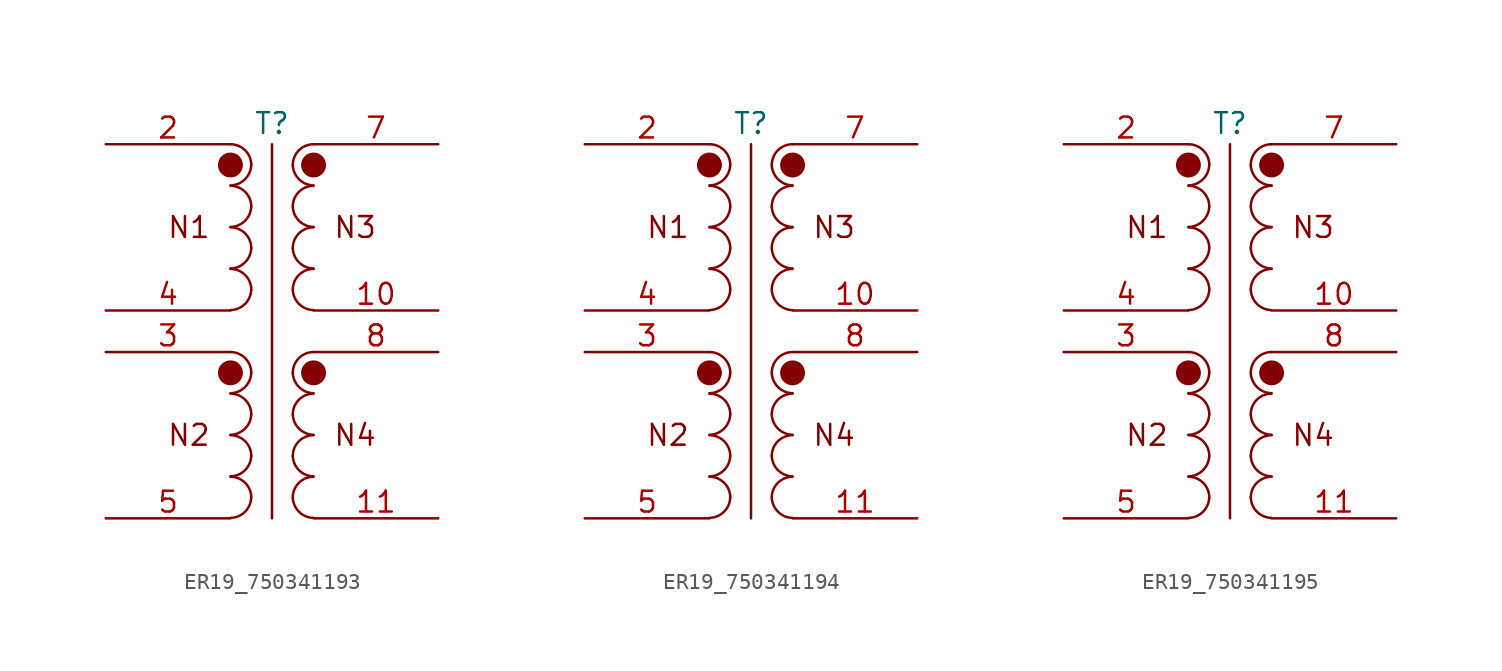
<source format=kicad_sym>
(kicad_symbol_lib
  (version 20220914)
  (generator kicad_symbol_editor)
  (symbol "ER19_750341193"
    (pin_names hide)
    (property "Reference" "T"
      (at 0 12.7 0)
      (effects (font (size 1.27 1.27))))
    (property "Critical Parameter" ""
      (at 0 -5.08 0)
      (effects (font (size 1.27 1.27))))
    (symbol "ER19_750341193_0_1"
      (arc (start -2.54 -11.4046) (mid -1.6561 -11.0363) (end -1.27 -10.16) (stroke (width 0) (type default)) (fill (type none)))
      (arc (start -2.54 -8.8646) (mid -1.6561 -8.4963) (end -1.27 -7.62) (stroke (width 0) (type default)) (fill (type none)))
      (arc (start -2.54 -6.3246) (mid -1.6561 -5.9563) (end -1.27 -5.08) (stroke (width 0) (type default)) (fill (type none)))
      (arc (start -2.54 -3.7846) (mid -1.6561 -3.4163) (end -1.27 -2.54) (stroke (width 0) (type default)) (fill (type none)))
      (arc (start -2.54 1.2954) (mid -1.6561 1.6637) (end -1.27 2.54) (stroke (width 0) (type default)) (fill (type none)))
      (arc (start -2.54 3.8354) (mid -1.6561 4.2037) (end -1.27 5.08) (stroke (width 0) (type default)) (fill (type none)))
      (arc (start -2.54 6.3754) (mid -1.6561 6.7437) (end -1.27 7.62) (stroke (width 0) (type default)) (fill (type none)))
      (arc (start -2.54 8.9154) (mid -1.6561 9.2837) (end -1.27 10.16) (stroke (width 0) (type default)) (fill (type none)))
      (arc (start -1.27 -10.16) (mid -1.642 -9.262) (end -2.54 -8.89) (stroke (width 0) (type default)) (fill (type none)))
      (arc (start -1.27 -7.62) (mid -1.642 -6.722) (end -2.54 -6.35) (stroke (width 0) (type default)) (fill (type none)))
      (arc (start -1.27 -5.08) (mid -1.642 -4.182) (end -2.54 -3.81) (stroke (width 0) (type default)) (fill (type none)))
      (arc (start -1.27 -2.54) (mid -1.642 -1.642) (end -2.54 -1.27) (stroke (width 0) (type default)) (fill (type none)))
      (arc (start -1.27 2.54) (mid -1.642 3.438) (end -2.54 3.81) (stroke (width 0) (type default)) (fill (type none)))
      (arc (start -1.27 5.08) (mid -1.642 5.978) (end -2.54 6.35) (stroke (width 0) (type default)) (fill (type none)))
      (arc (start -1.27 7.62) (mid -1.642 8.518) (end -2.54 8.89) (stroke (width 0) (type default)) (fill (type none)))
      (arc (start -1.27 10.16) (mid -1.642 11.058) (end -2.54 11.43) (stroke (width 0) (type default)) (fill (type none)))
      (polyline (pts (xy 0 -11.43) (xy 0 11.43)) (stroke (width 0) (type default)) (fill (type none)))
      (arc (start 1.27 -10.16) (mid 1.6561 -11.0363) (end 2.54 -11.4046) (stroke (width 0) (type default)) (fill (type none)))
      (arc (start 1.27 -7.62) (mid 1.6561 -8.4963) (end 2.54 -8.8646) (stroke (width 0) (type default)) (fill (type none)))
      (arc (start 1.27 -5.08) (mid 1.6561 -5.9563) (end 2.54 -6.3246) (stroke (width 0) (type default)) (fill (type none)))
      (arc (start 1.27 -2.54) (mid 1.6561 -3.4163) (end 2.54 -3.7846) (stroke (width 0) (type default)) (fill (type none)))
      (arc (start 1.27 2.54) (mid 1.6561 1.6637) (end 2.54 1.2954) (stroke (width 0) (type default)) (fill (type none)))
      (arc (start 1.27 5.08) (mid 1.6561 4.2037) (end 2.54 3.8354) (stroke (width 0) (type default)) (fill (type none)))
      (arc (start 1.27 7.62) (mid 1.6561 6.7437) (end 2.54 6.3754) (stroke (width 0) (type default)) (fill (type none)))
      (arc (start 1.27 10.16) (mid 1.6561 9.2837) (end 2.54 8.9154) (stroke (width 0) (type default)) (fill (type none)))
      (arc (start 2.54 -8.89) (mid 1.642 -9.262) (end 1.27 -10.16) (stroke (width 0) (type default)) (fill (type none)))
      (arc (start 2.54 -6.35) (mid 1.642 -6.722) (end 1.27 -7.62) (stroke (width 0) (type default)) (fill (type none)))
      (arc (start 2.54 -3.81) (mid 1.642 -4.182) (end 1.27 -5.08) (stroke (width 0) (type default)) (fill (type none)))
      (arc (start 2.54 -1.27) (mid 1.642 -1.642) (end 1.27 -2.54) (stroke (width 0) (type default)) (fill (type none)))
      (arc (start 2.54 3.81) (mid 1.642 3.438) (end 1.27 2.54) (stroke (width 0) (type default)) (fill (type none)))
      (arc (start 2.54 6.35) (mid 1.642 5.978) (end 1.27 5.08) (stroke (width 0) (type default)) (fill (type none)))
      (arc (start 2.54 8.89) (mid 1.642 8.518) (end 1.27 7.62) (stroke (width 0) (type default)) (fill (type none)))
      (arc (start 2.54 11.43) (mid 1.642 11.058) (end 1.27 10.16) (stroke (width 0) (type default)) (fill (type none))))
    (symbol "ER19_750341193_1_1"
      (circle (center -2.54 -2.54) (radius 0.0001) (stroke (width 0.762) (type default)) (fill (type none)))
      (circle (center -2.54 10.16) (radius 0.0001) (stroke (width 0.762) (type default)) (fill (type none)))
      (circle (center 2.54 -2.54) (radius 0.0001) (stroke (width 0.762) (type default)) (fill (type none)))
      (circle (center 2.54 10.16) (radius 0.0001) (stroke (width 0.762) (type default)) (fill (type none)))
      (text "N1" (at -5.08 6.35 0) (effects (font (size 1.27 1.27))))
      (text "N2" (at -5.08 -6.35 0) (effects (font (size 1.27 1.27))))
      (text "N3" (at 5.08 6.35 0) (effects (font (size 1.27 1.27))))
      (text "N4" (at 5.08 -6.35 0) (effects (font (size 1.27 1.27))))
      (pin passive line (at 10.16 1.27 180) (length 7.62) (name "10" (effects (font (size 1.27 1.27)))) (number "10" (effects (font (size 1.27 1.27)))))
      (pin passive line (at 10.16 -11.43 180) (length 7.62) (name "11" (effects (font (size 1.27 1.27)))) (number "11" (effects (font (size 1.27 1.27)))))
      (pin passive line (at -10.16 11.43 0) (length 7.62) (name "2" (effects (font (size 1.27 1.27)))) (number "2" (effects (font (size 1.27 1.27)))))
      (pin passive line (at -10.16 -1.27 0) (length 7.62) (name "3" (effects (font (size 1.27 1.27)))) (number "3" (effects (font (size 1.27 1.27)))))
      (pin passive line (at -10.16 1.27 0) (length 7.62) (name "4" (effects (font (size 1.27 1.27)))) (number "4" (effects (font (size 1.27 1.27)))))
      (pin passive line (at -10.16 -11.43 0) (length 7.62) (name "5" (effects (font (size 1.27 1.27)))) (number "5" (effects (font (size 1.27 1.27)))))
      (pin passive line (at 10.16 11.43 180) (length 7.62) (name "7" (effects (font (size 1.27 1.27)))) (number "7" (effects (font (size 1.27 1.27)))))
      (pin passive line (at 10.16 -1.27 180) (length 7.62) (name "8" (effects (font (size 1.27 1.27)))) (number "8" (effects (font (size 1.27 1.27)))))))
  (symbol "ER19_750341194"
    (pin_names hide)
    (property "Reference" "T"
      (at 0 12.7 0)
      (effects (font (size 1.27 1.27))))
    (property "Critical Parameter" ""
      (at 0 -5.08 0)
      (effects (font (size 1.27 1.27))))
    (symbol "ER19_750341194_0_1"
      (arc (start -2.54 -11.4046) (mid -1.6561 -11.0363) (end -1.27 -10.16) (stroke (width 0) (type default)) (fill (type none)))
      (arc (start -2.54 -8.8646) (mid -1.6561 -8.4963) (end -1.27 -7.62) (stroke (width 0) (type default)) (fill (type none)))
      (arc (start -2.54 -6.3246) (mid -1.6561 -5.9563) (end -1.27 -5.08) (stroke (width 0) (type default)) (fill (type none)))
      (arc (start -2.54 -3.7846) (mid -1.6561 -3.4163) (end -1.27 -2.54) (stroke (width 0) (type default)) (fill (type none)))
      (arc (start -2.54 1.2954) (mid -1.6561 1.6637) (end -1.27 2.54) (stroke (width 0) (type default)) (fill (type none)))
      (arc (start -2.54 3.8354) (mid -1.6561 4.2037) (end -1.27 5.08) (stroke (width 0) (type default)) (fill (type none)))
      (arc (start -2.54 6.3754) (mid -1.6561 6.7437) (end -1.27 7.62) (stroke (width 0) (type default)) (fill (type none)))
      (arc (start -2.54 8.9154) (mid -1.6561 9.2837) (end -1.27 10.16) (stroke (width 0) (type default)) (fill (type none)))
      (arc (start -1.27 -10.16) (mid -1.642 -9.262) (end -2.54 -8.89) (stroke (width 0) (type default)) (fill (type none)))
      (arc (start -1.27 -7.62) (mid -1.642 -6.722) (end -2.54 -6.35) (stroke (width 0) (type default)) (fill (type none)))
      (arc (start -1.27 -5.08) (mid -1.642 -4.182) (end -2.54 -3.81) (stroke (width 0) (type default)) (fill (type none)))
      (arc (start -1.27 -2.54) (mid -1.642 -1.642) (end -2.54 -1.27) (stroke (width 0) (type default)) (fill (type none)))
      (arc (start -1.27 2.54) (mid -1.642 3.438) (end -2.54 3.81) (stroke (width 0) (type default)) (fill (type none)))
      (arc (start -1.27 5.08) (mid -1.642 5.978) (end -2.54 6.35) (stroke (width 0) (type default)) (fill (type none)))
      (arc (start -1.27 7.62) (mid -1.642 8.518) (end -2.54 8.89) (stroke (width 0) (type default)) (fill (type none)))
      (arc (start -1.27 10.16) (mid -1.642 11.058) (end -2.54 11.43) (stroke (width 0) (type default)) (fill (type none)))
      (polyline (pts (xy 0 -11.43) (xy 0 11.43)) (stroke (width 0) (type default)) (fill (type none)))
      (arc (start 1.27 -10.16) (mid 1.6561 -11.0363) (end 2.54 -11.4046) (stroke (width 0) (type default)) (fill (type none)))
      (arc (start 1.27 -7.62) (mid 1.6561 -8.4963) (end 2.54 -8.8646) (stroke (width 0) (type default)) (fill (type none)))
      (arc (start 1.27 -5.08) (mid 1.6561 -5.9563) (end 2.54 -6.3246) (stroke (width 0) (type default)) (fill (type none)))
      (arc (start 1.27 -2.54) (mid 1.6561 -3.4163) (end 2.54 -3.7846) (stroke (width 0) (type default)) (fill (type none)))
      (arc (start 1.27 2.54) (mid 1.6561 1.6637) (end 2.54 1.2954) (stroke (width 0) (type default)) (fill (type none)))
      (arc (start 1.27 5.08) (mid 1.6561 4.2037) (end 2.54 3.8354) (stroke (width 0) (type default)) (fill (type none)))
      (arc (start 1.27 7.62) (mid 1.6561 6.7437) (end 2.54 6.3754) (stroke (width 0) (type default)) (fill (type none)))
      (arc (start 1.27 10.16) (mid 1.6561 9.2837) (end 2.54 8.9154) (stroke (width 0) (type default)) (fill (type none)))
      (arc (start 2.54 -8.89) (mid 1.642 -9.262) (end 1.27 -10.16) (stroke (width 0) (type default)) (fill (type none)))
      (arc (start 2.54 -6.35) (mid 1.642 -6.722) (end 1.27 -7.62) (stroke (width 0) (type default)) (fill (type none)))
      (arc (start 2.54 -3.81) (mid 1.642 -4.182) (end 1.27 -5.08) (stroke (width 0) (type default)) (fill (type none)))
      (arc (start 2.54 -1.27) (mid 1.642 -1.642) (end 1.27 -2.54) (stroke (width 0) (type default)) (fill (type none)))
      (arc (start 2.54 3.81) (mid 1.642 3.438) (end 1.27 2.54) (stroke (width 0) (type default)) (fill (type none)))
      (arc (start 2.54 6.35) (mid 1.642 5.978) (end 1.27 5.08) (stroke (width 0) (type default)) (fill (type none)))
      (arc (start 2.54 8.89) (mid 1.642 8.518) (end 1.27 7.62) (stroke (width 0) (type default)) (fill (type none)))
      (arc (start 2.54 11.43) (mid 1.642 11.058) (end 1.27 10.16) (stroke (width 0) (type default)) (fill (type none))))
    (symbol "ER19_750341194_1_1"
      (circle (center -2.54 -2.54) (radius 0.0001) (stroke (width 0.762) (type default)) (fill (type none)))
      (circle (center -2.54 10.16) (radius 0.0001) (stroke (width 0.762) (type default)) (fill (type none)))
      (circle (center 2.54 -2.54) (radius 0.0001) (stroke (width 0.762) (type default)) (fill (type none)))
      (circle (center 2.54 10.16) (radius 0.0001) (stroke (width 0.762) (type default)) (fill (type none)))
      (text "N1" (at -5.08 6.35 0) (effects (font (size 1.27 1.27))))
      (text "N2" (at -5.08 -6.35 0) (effects (font (size 1.27 1.27))))
      (text "N3" (at 5.08 6.35 0) (effects (font (size 1.27 1.27))))
      (text "N4" (at 5.08 -6.35 0) (effects (font (size 1.27 1.27))))
      (pin passive line (at 10.16 1.27 180) (length 7.62) (name "10" (effects (font (size 1.27 1.27)))) (number "10" (effects (font (size 1.27 1.27)))))
      (pin passive line (at 10.16 -11.43 180) (length 7.62) (name "11" (effects (font (size 1.27 1.27)))) (number "11" (effects (font (size 1.27 1.27)))))
      (pin passive line (at -10.16 11.43 0) (length 7.62) (name "2" (effects (font (size 1.27 1.27)))) (number "2" (effects (font (size 1.27 1.27)))))
      (pin passive line (at -10.16 -1.27 0) (length 7.62) (name "3" (effects (font (size 1.27 1.27)))) (number "3" (effects (font (size 1.27 1.27)))))
      (pin passive line (at -10.16 1.27 0) (length 7.62) (name "4" (effects (font (size 1.27 1.27)))) (number "4" (effects (font (size 1.27 1.27)))))
      (pin passive line (at -10.16 -11.43 0) (length 7.62) (name "5" (effects (font (size 1.27 1.27)))) (number "5" (effects (font (size 1.27 1.27)))))
      (pin passive line (at 10.16 11.43 180) (length 7.62) (name "7" (effects (font (size 1.27 1.27)))) (number "7" (effects (font (size 1.27 1.27)))))
      (pin passive line (at 10.16 -1.27 180) (length 7.62) (name "8" (effects (font (size 1.27 1.27)))) (number "8" (effects (font (size 1.27 1.27)))))))
  (symbol "ER19_750341195"
    (pin_names hide)
    (property "Reference" "T"
      (at 0 12.7 0)
      (effects (font (size 1.27 1.27))))
    (property "Critical Parameter" ""
      (at 0 -5.08 0)
      (effects (font (size 1.27 1.27))))
    (symbol "ER19_750341195_0_1"
      (arc (start -2.54 -11.4046) (mid -1.6561 -11.0363) (end -1.27 -10.16) (stroke (width 0) (type default)) (fill (type none)))
      (arc (start -2.54 -8.8646) (mid -1.6561 -8.4963) (end -1.27 -7.62) (stroke (width 0) (type default)) (fill (type none)))
      (arc (start -2.54 -6.3246) (mid -1.6561 -5.9563) (end -1.27 -5.08) (stroke (width 0) (type default)) (fill (type none)))
      (arc (start -2.54 -3.7846) (mid -1.6561 -3.4163) (end -1.27 -2.54) (stroke (width 0) (type default)) (fill (type none)))
      (arc (start -2.54 1.2954) (mid -1.6561 1.6637) (end -1.27 2.54) (stroke (width 0) (type default)) (fill (type none)))
      (arc (start -2.54 3.8354) (mid -1.6561 4.2037) (end -1.27 5.08) (stroke (width 0) (type default)) (fill (type none)))
      (arc (start -2.54 6.3754) (mid -1.6561 6.7437) (end -1.27 7.62) (stroke (width 0) (type default)) (fill (type none)))
      (arc (start -2.54 8.9154) (mid -1.6561 9.2837) (end -1.27 10.16) (stroke (width 0) (type default)) (fill (type none)))
      (arc (start -1.27 -10.16) (mid -1.642 -9.262) (end -2.54 -8.89) (stroke (width 0) (type default)) (fill (type none)))
      (arc (start -1.27 -7.62) (mid -1.642 -6.722) (end -2.54 -6.35) (stroke (width 0) (type default)) (fill (type none)))
      (arc (start -1.27 -5.08) (mid -1.642 -4.182) (end -2.54 -3.81) (stroke (width 0) (type default)) (fill (type none)))
      (arc (start -1.27 -2.54) (mid -1.642 -1.642) (end -2.54 -1.27) (stroke (width 0) (type default)) (fill (type none)))
      (arc (start -1.27 2.54) (mid -1.642 3.438) (end -2.54 3.81) (stroke (width 0) (type default)) (fill (type none)))
      (arc (start -1.27 5.08) (mid -1.642 5.978) (end -2.54 6.35) (stroke (width 0) (type default)) (fill (type none)))
      (arc (start -1.27 7.62) (mid -1.642 8.518) (end -2.54 8.89) (stroke (width 0) (type default)) (fill (type none)))
      (arc (start -1.27 10.16) (mid -1.642 11.058) (end -2.54 11.43) (stroke (width 0) (type default)) (fill (type none)))
      (polyline (pts (xy 0 -11.43) (xy 0 11.43)) (stroke (width 0) (type default)) (fill (type none)))
      (arc (start 1.27 -10.16) (mid 1.6561 -11.0363) (end 2.54 -11.4046) (stroke (width 0) (type default)) (fill (type none)))
      (arc (start 1.27 -7.62) (mid 1.6561 -8.4963) (end 2.54 -8.8646) (stroke (width 0) (type default)) (fill (type none)))
      (arc (start 1.27 -5.08) (mid 1.6561 -5.9563) (end 2.54 -6.3246) (stroke (width 0) (type default)) (fill (type none)))
      (arc (start 1.27 -2.54) (mid 1.6561 -3.4163) (end 2.54 -3.7846) (stroke (width 0) (type default)) (fill (type none)))
      (arc (start 1.27 2.54) (mid 1.6561 1.6637) (end 2.54 1.2954) (stroke (width 0) (type default)) (fill (type none)))
      (arc (start 1.27 5.08) (mid 1.6561 4.2037) (end 2.54 3.8354) (stroke (width 0) (type default)) (fill (type none)))
      (arc (start 1.27 7.62) (mid 1.6561 6.7437) (end 2.54 6.3754) (stroke (width 0) (type default)) (fill (type none)))
      (arc (start 1.27 10.16) (mid 1.6561 9.2837) (end 2.54 8.9154) (stroke (width 0) (type default)) (fill (type none)))
      (arc (start 2.54 -8.89) (mid 1.642 -9.262) (end 1.27 -10.16) (stroke (width 0) (type default)) (fill (type none)))
      (arc (start 2.54 -6.35) (mid 1.642 -6.722) (end 1.27 -7.62) (stroke (width 0) (type default)) (fill (type none)))
      (arc (start 2.54 -3.81) (mid 1.642 -4.182) (end 1.27 -5.08) (stroke (width 0) (type default)) (fill (type none)))
      (arc (start 2.54 -1.27) (mid 1.642 -1.642) (end 1.27 -2.54) (stroke (width 0) (type default)) (fill (type none)))
      (arc (start 2.54 3.81) (mid 1.642 3.438) (end 1.27 2.54) (stroke (width 0) (type default)) (fill (type none)))
      (arc (start 2.54 6.35) (mid 1.642 5.978) (end 1.27 5.08) (stroke (width 0) (type default)) (fill (type none)))
      (arc (start 2.54 8.89) (mid 1.642 8.518) (end 1.27 7.62) (stroke (width 0) (type default)) (fill (type none)))
      (arc (start 2.54 11.43) (mid 1.642 11.058) (end 1.27 10.16) (stroke (width 0) (type default)) (fill (type none))))
    (symbol "ER19_750341195_1_1"
      (circle (center -2.54 -2.54) (radius 0.0001) (stroke (width 0.762) (type default)) (fill (type none)))
      (circle (center -2.54 10.16) (radius 0.0001) (stroke (width 0.762) (type default)) (fill (type none)))
      (circle (center 2.54 -2.54) (radius 0.0001) (stroke (width 0.762) (type default)) (fill (type none)))
      (circle (center 2.54 10.16) (radius 0.0001) (stroke (width 0.762) (type default)) (fill (type none)))
      (text "N1" (at -5.08 6.35 0) (effects (font (size 1.27 1.27))))
      (text "N2" (at -5.08 -6.35 0) (effects (font (size 1.27 1.27))))
      (text "N3" (at 5.08 6.35 0) (effects (font (size 1.27 1.27))))
      (text "N4" (at 5.08 -6.35 0) (effects (font (size 1.27 1.27))))
      (pin passive line (at 10.16 1.27 180) (length 7.62) (name "10" (effects (font (size 1.27 1.27)))) (number "10" (effects (font (size 1.27 1.27)))))
      (pin passive line (at 10.16 -11.43 180) (length 7.62) (name "11" (effects (font (size 1.27 1.27)))) (number "11" (effects (font (size 1.27 1.27)))))
      (pin passive line (at -10.16 11.43 0) (length 7.62) (name "2" (effects (font (size 1.27 1.27)))) (number "2" (effects (font (size 1.27 1.27)))))
      (pin passive line (at -10.16 -1.27 0) (length 7.62) (name "3" (effects (font (size 1.27 1.27)))) (number "3" (effects (font (size 1.27 1.27)))))
      (pin passive line (at -10.16 1.27 0) (length 7.62) (name "4" (effects (font (size 1.27 1.27)))) (number "4" (effects (font (size 1.27 1.27)))))
      (pin passive line (at -10.16 -11.43 0) (length 7.62) (name "5" (effects (font (size 1.27 1.27)))) (number "5" (effects (font (size 1.27 1.27)))))
      (pin passive line (at 10.16 11.43 180) (length 7.62) (name "7" (effects (font (size 1.27 1.27)))) (number "7" (effects (font (size 1.27 1.27)))))
      (pin passive line (at 10.16 -1.27 180) (length 7.62) (name "8" (effects (font (size 1.27 1.27)))) (number "8" (effects (font (size 1.27 1.27))))))))
</source>
